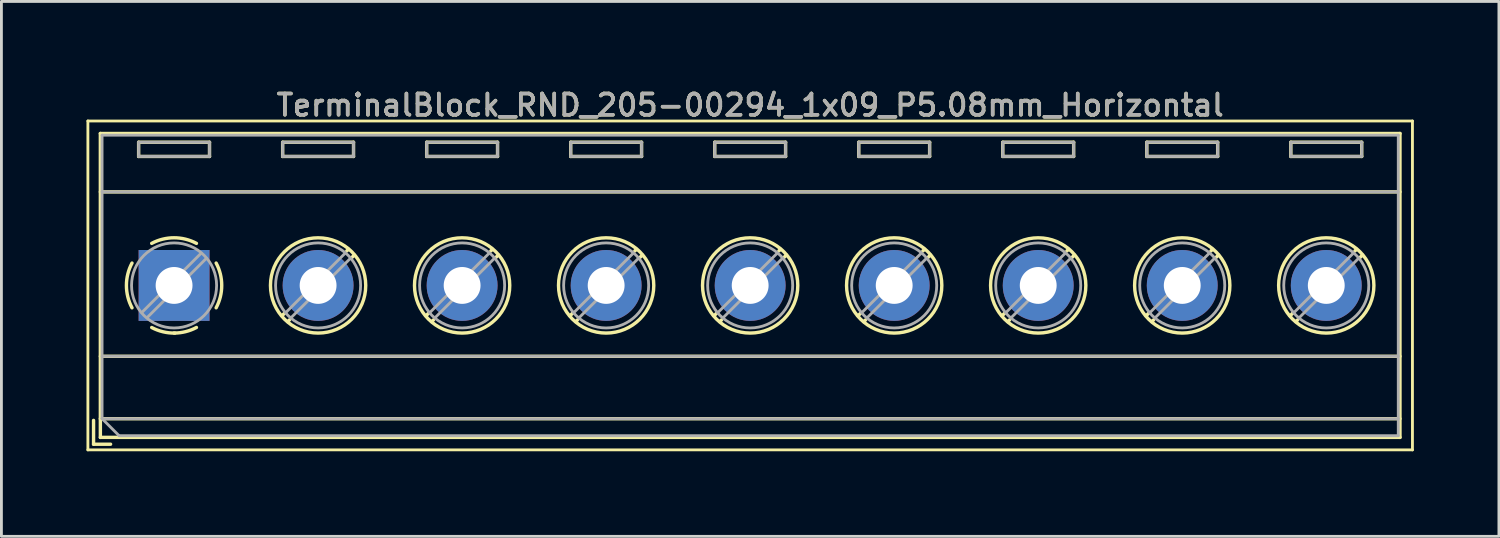
<source format=kicad_pcb>
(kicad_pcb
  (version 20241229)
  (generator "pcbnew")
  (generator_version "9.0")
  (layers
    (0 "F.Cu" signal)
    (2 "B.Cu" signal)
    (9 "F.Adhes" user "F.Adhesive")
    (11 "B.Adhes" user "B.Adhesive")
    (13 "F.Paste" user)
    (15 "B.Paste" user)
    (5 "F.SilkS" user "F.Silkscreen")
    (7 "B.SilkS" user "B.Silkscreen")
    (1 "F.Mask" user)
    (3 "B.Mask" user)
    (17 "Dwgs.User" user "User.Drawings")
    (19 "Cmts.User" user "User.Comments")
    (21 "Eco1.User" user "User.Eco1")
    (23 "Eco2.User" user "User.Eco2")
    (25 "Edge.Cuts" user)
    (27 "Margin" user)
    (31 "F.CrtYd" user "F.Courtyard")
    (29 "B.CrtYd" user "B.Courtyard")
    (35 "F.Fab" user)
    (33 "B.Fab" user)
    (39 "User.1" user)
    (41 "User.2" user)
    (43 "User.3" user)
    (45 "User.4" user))
  (footprint "TerminalBlock_RND_205-00294_1x09_P5.08mm_Horizontal"
    (layer "F.Cu")
    (at 3.09 7.018)
    (property "Reference" "TerminalBlock_RND_205-00294_1x09_P5.08mm_Horizontal" (at 20.32 -6.36 0) (layer "F.SilkS") (effects (font (size 0.75 0.75) (thickness 0.125))))
    (attr through_hole)
    (fp_line (start -3.04 -5.8) (end -3.04 5.8) (stroke (width 0.1) (type solid)) (layer "F.SilkS"))
    (fp_line (start -3.04 5.8) (end 43.68 5.8) (stroke (width 0.1) (type solid)) (layer "F.SilkS"))
    (fp_line (start -2.84 4.76) (end -2.84 5.6) (stroke (width 0.12) (type solid)) (layer "F.SilkS"))
    (fp_line (start -2.84 5.6) (end -2.24 5.6) (stroke (width 0.12) (type solid)) (layer "F.SilkS"))
    (fp_line (start -2.6 -5.36) (end -2.6 5.36) (stroke (width 0.12) (type solid)) (layer "F.SilkS"))
    (fp_line (start -2.6 -5.36) (end 43.24 -5.36) (stroke (width 0.12) (type solid)) (layer "F.SilkS"))
    (fp_line (start -2.6 -3.3) (end 43.24 -3.3) (stroke (width 0.12) (type solid)) (layer "F.SilkS"))
    (fp_line (start -2.6 2.5) (end 43.24 2.5) (stroke (width 0.12) (type solid)) (layer "F.SilkS"))
    (fp_line (start -2.6 4.7) (end 43.24 4.7) (stroke (width 0.12) (type solid)) (layer "F.SilkS"))
    (fp_line (start -2.6 5.36) (end 43.24 5.36) (stroke (width 0.12) (type solid)) (layer "F.SilkS"))
    (fp_line (start -1.25 -5.05) (end -1.25 -4.55) (stroke (width 0.12) (type solid)) (layer "F.SilkS"))
    (fp_line (start -1.25 -5.05) (end 1.25 -5.05) (stroke (width 0.12) (type solid)) (layer "F.SilkS"))
    (fp_line (start -1.25 -4.55) (end 1.25 -4.55) (stroke (width 0.12) (type solid)) (layer "F.SilkS"))
    (fp_line (start 1.25 -5.05) (end 1.25 -4.55) (stroke (width 0.12) (type solid)) (layer "F.SilkS"))
    (fp_line (start 3.83 -5.05) (end 3.83 -4.55) (stroke (width 0.12) (type solid)) (layer "F.SilkS"))
    (fp_line (start 3.83 -5.05) (end 6.33 -5.05) (stroke (width 0.12) (type solid)) (layer "F.SilkS"))
    (fp_line (start 3.83 -4.55) (end 6.33 -4.55) (stroke (width 0.12) (type solid)) (layer "F.SilkS"))
    (fp_line (start 3.9 0.976) (end 3.806 1.069) (stroke (width 0.12) (type solid)) (layer "F.SilkS"))
    (fp_line (start 4.07 1.216) (end 4.011 1.274) (stroke (width 0.12) (type solid)) (layer "F.SilkS"))
    (fp_line (start 6.15 -1.275) (end 6.091 -1.216) (stroke (width 0.12) (type solid)) (layer "F.SilkS"))
    (fp_line (start 6.33 -5.05) (end 6.33 -4.55) (stroke (width 0.12) (type solid)) (layer "F.SilkS"))
    (fp_line (start 6.355 -1.069) (end 6.261 -0.976) (stroke (width 0.12) (type solid)) (layer "F.SilkS"))
    (fp_line (start 8.91 -5.05) (end 8.91 -4.55) (stroke (width 0.12) (type solid)) (layer "F.SilkS"))
    (fp_line (start 8.91 -5.05) (end 11.41 -5.05) (stroke (width 0.12) (type solid)) (layer "F.SilkS"))
    (fp_line (start 8.91 -4.55) (end 11.41 -4.55) (stroke (width 0.12) (type solid)) (layer "F.SilkS"))
    (fp_line (start 8.98 0.976) (end 8.886 1.069) (stroke (width 0.12) (type solid)) (layer "F.SilkS"))
    (fp_line (start 9.15 1.216) (end 9.091 1.274) (stroke (width 0.12) (type solid)) (layer "F.SilkS"))
    (fp_line (start 11.23 -1.275) (end 11.171 -1.216) (stroke (width 0.12) (type solid)) (layer "F.SilkS"))
    (fp_line (start 11.41 -5.05) (end 11.41 -4.55) (stroke (width 0.12) (type solid)) (layer "F.SilkS"))
    (fp_line (start 11.435 -1.069) (end 11.341 -0.976) (stroke (width 0.12) (type solid)) (layer "F.SilkS"))
    (fp_line (start 13.99 -5.05) (end 13.99 -4.55) (stroke (width 0.12) (type solid)) (layer "F.SilkS"))
    (fp_line (start 13.99 -5.05) (end 16.49 -5.05) (stroke (width 0.12) (type solid)) (layer "F.SilkS"))
    (fp_line (start 13.99 -4.55) (end 16.49 -4.55) (stroke (width 0.12) (type solid)) (layer "F.SilkS"))
    (fp_line (start 14.06 0.976) (end 13.966 1.069) (stroke (width 0.12) (type solid)) (layer "F.SilkS"))
    (fp_line (start 14.23 1.216) (end 14.171 1.274) (stroke (width 0.12) (type solid)) (layer "F.SilkS"))
    (fp_line (start 16.31 -1.275) (end 16.251 -1.216) (stroke (width 0.12) (type solid)) (layer "F.SilkS"))
    (fp_line (start 16.49 -5.05) (end 16.49 -4.55) (stroke (width 0.12) (type solid)) (layer "F.SilkS"))
    (fp_line (start 16.515 -1.069) (end 16.421 -0.976) (stroke (width 0.12) (type solid)) (layer "F.SilkS"))
    (fp_line (start 19.07 -5.05) (end 19.07 -4.55) (stroke (width 0.12) (type solid)) (layer "F.SilkS"))
    (fp_line (start 19.07 -5.05) (end 21.57 -5.05) (stroke (width 0.12) (type solid)) (layer "F.SilkS"))
    (fp_line (start 19.07 -4.55) (end 21.57 -4.55) (stroke (width 0.12) (type solid)) (layer "F.SilkS"))
    (fp_line (start 19.14 0.976) (end 19.046 1.069) (stroke (width 0.12) (type solid)) (layer "F.SilkS"))
    (fp_line (start 19.31 1.216) (end 19.251 1.274) (stroke (width 0.12) (type solid)) (layer "F.SilkS"))
    (fp_line (start 21.39 -1.275) (end 21.331 -1.216) (stroke (width 0.12) (type solid)) (layer "F.SilkS"))
    (fp_line (start 21.57 -5.05) (end 21.57 -4.55) (stroke (width 0.12) (type solid)) (layer "F.SilkS"))
    (fp_line (start 21.595 -1.069) (end 21.501 -0.976) (stroke (width 0.12) (type solid)) (layer "F.SilkS"))
    (fp_line (start 24.15 -5.05) (end 24.15 -4.55) (stroke (width 0.12) (type solid)) (layer "F.SilkS"))
    (fp_line (start 24.15 -5.05) (end 26.65 -5.05) (stroke (width 0.12) (type solid)) (layer "F.SilkS"))
    (fp_line (start 24.15 -4.55) (end 26.65 -4.55) (stroke (width 0.12) (type solid)) (layer "F.SilkS"))
    (fp_line (start 24.22 0.976) (end 24.126 1.069) (stroke (width 0.12) (type solid)) (layer "F.SilkS"))
    (fp_line (start 24.39 1.216) (end 24.331 1.274) (stroke (width 0.12) (type solid)) (layer "F.SilkS"))
    (fp_line (start 26.47 -1.275) (end 26.411 -1.216) (stroke (width 0.12) (type solid)) (layer "F.SilkS"))
    (fp_line (start 26.65 -5.05) (end 26.65 -4.55) (stroke (width 0.12) (type solid)) (layer "F.SilkS"))
    (fp_line (start 26.675 -1.069) (end 26.581 -0.976) (stroke (width 0.12) (type solid)) (layer "F.SilkS"))
    (fp_line (start 29.23 -5.05) (end 29.23 -4.55) (stroke (width 0.12) (type solid)) (layer "F.SilkS"))
    (fp_line (start 29.23 -5.05) (end 31.73 -5.05) (stroke (width 0.12) (type solid)) (layer "F.SilkS"))
    (fp_line (start 29.23 -4.55) (end 31.73 -4.55) (stroke (width 0.12) (type solid)) (layer "F.SilkS"))
    (fp_line (start 29.3 0.976) (end 29.206 1.069) (stroke (width 0.12) (type solid)) (layer "F.SilkS"))
    (fp_line (start 29.47 1.216) (end 29.411 1.274) (stroke (width 0.12) (type solid)) (layer "F.SilkS"))
    (fp_line (start 31.55 -1.275) (end 31.491 -1.216) (stroke (width 0.12) (type solid)) (layer "F.SilkS"))
    (fp_line (start 31.73 -5.05) (end 31.73 -4.55) (stroke (width 0.12) (type solid)) (layer "F.SilkS"))
    (fp_line (start 31.755 -1.069) (end 31.661 -0.976) (stroke (width 0.12) (type solid)) (layer "F.SilkS"))
    (fp_line (start 34.31 -5.05) (end 34.31 -4.55) (stroke (width 0.12) (type solid)) (layer "F.SilkS"))
    (fp_line (start 34.31 -5.05) (end 36.81 -5.05) (stroke (width 0.12) (type solid)) (layer "F.SilkS"))
    (fp_line (start 34.31 -4.55) (end 36.81 -4.55) (stroke (width 0.12) (type solid)) (layer "F.SilkS"))
    (fp_line (start 34.38 0.976) (end 34.286 1.069) (stroke (width 0.12) (type solid)) (layer "F.SilkS"))
    (fp_line (start 34.55 1.216) (end 34.491 1.274) (stroke (width 0.12) (type solid)) (layer "F.SilkS"))
    (fp_line (start 36.63 -1.275) (end 36.571 -1.216) (stroke (width 0.12) (type solid)) (layer "F.SilkS"))
    (fp_line (start 36.81 -5.05) (end 36.81 -4.55) (stroke (width 0.12) (type solid)) (layer "F.SilkS"))
    (fp_line (start 36.835 -1.069) (end 36.741 -0.976) (stroke (width 0.12) (type solid)) (layer "F.SilkS"))
    (fp_line (start 39.39 -5.05) (end 39.39 -4.55) (stroke (width 0.12) (type solid)) (layer "F.SilkS"))
    (fp_line (start 39.39 -5.05) (end 41.89 -5.05) (stroke (width 0.12) (type solid)) (layer "F.SilkS"))
    (fp_line (start 39.39 -4.55) (end 41.89 -4.55) (stroke (width 0.12) (type solid)) (layer "F.SilkS"))
    (fp_line (start 39.46 0.976) (end 39.366 1.069) (stroke (width 0.12) (type solid)) (layer "F.SilkS"))
    (fp_line (start 39.63 1.216) (end 39.571 1.274) (stroke (width 0.12) (type solid)) (layer "F.SilkS"))
    (fp_line (start 41.71 -1.275) (end 41.651 -1.216) (stroke (width 0.12) (type solid)) (layer "F.SilkS"))
    (fp_line (start 41.89 -5.05) (end 41.89 -4.55) (stroke (width 0.12) (type solid)) (layer "F.SilkS"))
    (fp_line (start 41.915 -1.069) (end 41.821 -0.976) (stroke (width 0.12) (type solid)) (layer "F.SilkS"))
    (fp_line (start 43.24 -5.36) (end 43.24 5.36) (stroke (width 0.12) (type solid)) (layer "F.SilkS"))
    (fp_line (start 43.68 -5.8) (end -3.04 -5.8) (stroke (width 0.1) (type solid)) (layer "F.SilkS"))
    (fp_line (start 43.68 5.8) (end 43.68 -5.8) (stroke (width 0.1) (type solid)) (layer "F.SilkS"))
    (fp_arc (start -1.483953 0.789089) (mid -1.680708 0.00005) (end -1.484 -0.789) (stroke (width 0.12) (type solid)) (layer "F.SilkS"))
    (fp_arc (start -0.789089 -1.483953) (mid -0.00005 -1.680708) (end 0.789 -1.484) (stroke (width 0.12) (type solid)) (layer "F.SilkS"))
    (fp_arc (start 0.029383 1.68045) (mid -0.392304 1.634281) (end -0.789 1.484) (stroke (width 0.12) (type solid)) (layer "F.SilkS"))
    (fp_arc (start 0.788712 1.483352) (mid 0.406429 1.630097) (end 0 1.68) (stroke (width 0.12) (type solid)) (layer "F.SilkS"))
    (fp_arc (start 1.483953 -0.789089) (mid 1.680708 -0.00005) (end 1.484 0.789) (stroke (width 0.12) (type solid)) (layer "F.SilkS"))
    (fp_circle (center 5.08 0) (end 6.76 0) (stroke (width 0.12) (type solid)) (fill no) (layer "F.SilkS"))
    (fp_circle (center 10.16 0) (end 11.84 0) (stroke (width 0.12) (type solid)) (fill no) (layer "F.SilkS"))
    (fp_circle (center 15.24 0) (end 16.92 0) (stroke (width 0.12) (type solid)) (fill no) (layer "F.SilkS"))
    (fp_circle (center 20.32 0) (end 22 0) (stroke (width 0.12) (type solid)) (fill no) (layer "F.SilkS"))
    (fp_circle (center 25.4 0) (end 27.08 0) (stroke (width 0.12) (type solid)) (fill no) (layer "F.SilkS"))
    (fp_circle (center 30.48 0) (end 32.16 0) (stroke (width 0.12) (type solid)) (fill no) (layer "F.SilkS"))
    (fp_circle (center 35.56 0) (end 37.24 0) (stroke (width 0.12) (type solid)) (fill no) (layer "F.SilkS"))
    (fp_circle (center 40.64 0) (end 42.32 0) (stroke (width 0.12) (type solid)) (fill no) (layer "F.SilkS"))
    (fp_line (start -2.54 -5.3) (end 43.18 -5.3) (stroke (width 0.1) (type solid)) (layer "F.Fab"))
    (fp_line (start -2.54 -3.3) (end 43.18 -3.3) (stroke (width 0.1) (type solid)) (layer "F.Fab"))
    (fp_line (start -2.54 2.5) (end 43.18 2.5) (stroke (width 0.1) (type solid)) (layer "F.Fab"))
    (fp_line (start -2.54 4.7) (end -2.54 -5.3) (stroke (width 0.1) (type solid)) (layer "F.Fab"))
    (fp_line (start -2.54 4.7) (end 43.18 4.7) (stroke (width 0.1) (type solid)) (layer "F.Fab"))
    (fp_line (start -1.94 5.3) (end -2.54 4.7) (stroke (width 0.1) (type solid)) (layer "F.Fab"))
    (fp_line (start -1.25 -5.05) (end -1.25 -4.55) (stroke (width 0.1) (type solid)) (layer "F.Fab"))
    (fp_line (start -1.25 -4.55) (end 1.25 -4.55) (stroke (width 0.1) (type solid)) (layer "F.Fab"))
    (fp_line (start 0.955 -1.138) (end -1.138 0.955) (stroke (width 0.1) (type solid)) (layer "F.Fab"))
    (fp_line (start 1.138 -0.955) (end -0.955 1.138) (stroke (width 0.1) (type solid)) (layer "F.Fab"))
    (fp_line (start 1.25 -5.05) (end -1.25 -5.05) (stroke (width 0.1) (type solid)) (layer "F.Fab"))
    (fp_line (start 1.25 -4.55) (end 1.25 -5.05) (stroke (width 0.1) (type solid)) (layer "F.Fab"))
    (fp_line (start 3.83 -5.05) (end 3.83 -4.55) (stroke (width 0.1) (type solid)) (layer "F.Fab"))
    (fp_line (start 3.83 -4.55) (end 6.33 -4.55) (stroke (width 0.1) (type solid)) (layer "F.Fab"))
    (fp_line (start 6.035 -1.138) (end 3.943 0.955) (stroke (width 0.1) (type solid)) (layer "F.Fab"))
    (fp_line (start 6.218 -0.955) (end 4.126 1.138) (stroke (width 0.1) (type solid)) (layer "F.Fab"))
    (fp_line (start 6.33 -5.05) (end 3.83 -5.05) (stroke (width 0.1) (type solid)) (layer "F.Fab"))
    (fp_line (start 6.33 -4.55) (end 6.33 -5.05) (stroke (width 0.1) (type solid)) (layer "F.Fab"))
    (fp_line (start 8.91 -5.05) (end 8.91 -4.55) (stroke (width 0.1) (type solid)) (layer "F.Fab"))
    (fp_line (start 8.91 -4.55) (end 11.41 -4.55) (stroke (width 0.1) (type solid)) (layer "F.Fab"))
    (fp_line (start 11.115 -1.138) (end 9.023 0.955) (stroke (width 0.1) (type solid)) (layer "F.Fab"))
    (fp_line (start 11.298 -0.955) (end 9.206 1.138) (stroke (width 0.1) (type solid)) (layer "F.Fab"))
    (fp_line (start 11.41 -5.05) (end 8.91 -5.05) (stroke (width 0.1) (type solid)) (layer "F.Fab"))
    (fp_line (start 11.41 -4.55) (end 11.41 -5.05) (stroke (width 0.1) (type solid)) (layer "F.Fab"))
    (fp_line (start 13.99 -5.05) (end 13.99 -4.55) (stroke (width 0.1) (type solid)) (layer "F.Fab"))
    (fp_line (start 13.99 -4.55) (end 16.49 -4.55) (stroke (width 0.1) (type solid)) (layer "F.Fab"))
    (fp_line (start 16.195 -1.138) (end 14.103 0.955) (stroke (width 0.1) (type solid)) (layer "F.Fab"))
    (fp_line (start 16.378 -0.955) (end 14.286 1.138) (stroke (width 0.1) (type solid)) (layer "F.Fab"))
    (fp_line (start 16.49 -5.05) (end 13.99 -5.05) (stroke (width 0.1) (type solid)) (layer "F.Fab"))
    (fp_line (start 16.49 -4.55) (end 16.49 -5.05) (stroke (width 0.1) (type solid)) (layer "F.Fab"))
    (fp_line (start 19.07 -5.05) (end 19.07 -4.55) (stroke (width 0.1) (type solid)) (layer "F.Fab"))
    (fp_line (start 19.07 -4.55) (end 21.57 -4.55) (stroke (width 0.1) (type solid)) (layer "F.Fab"))
    (fp_line (start 21.275 -1.138) (end 19.183 0.955) (stroke (width 0.1) (type solid)) (layer "F.Fab"))
    (fp_line (start 21.458 -0.955) (end 19.366 1.138) (stroke (width 0.1) (type solid)) (layer "F.Fab"))
    (fp_line (start 21.57 -5.05) (end 19.07 -5.05) (stroke (width 0.1) (type solid)) (layer "F.Fab"))
    (fp_line (start 21.57 -4.55) (end 21.57 -5.05) (stroke (width 0.1) (type solid)) (layer "F.Fab"))
    (fp_line (start 24.15 -5.05) (end 24.15 -4.55) (stroke (width 0.1) (type solid)) (layer "F.Fab"))
    (fp_line (start 24.15 -4.55) (end 26.65 -4.55) (stroke (width 0.1) (type solid)) (layer "F.Fab"))
    (fp_line (start 26.355 -1.138) (end 24.263 0.955) (stroke (width 0.1) (type solid)) (layer "F.Fab"))
    (fp_line (start 26.538 -0.955) (end 24.446 1.138) (stroke (width 0.1) (type solid)) (layer "F.Fab"))
    (fp_line (start 26.65 -5.05) (end 24.15 -5.05) (stroke (width 0.1) (type solid)) (layer "F.Fab"))
    (fp_line (start 26.65 -4.55) (end 26.65 -5.05) (stroke (width 0.1) (type solid)) (layer "F.Fab"))
    (fp_line (start 29.23 -5.05) (end 29.23 -4.55) (stroke (width 0.1) (type solid)) (layer "F.Fab"))
    (fp_line (start 29.23 -4.55) (end 31.73 -4.55) (stroke (width 0.1) (type solid)) (layer "F.Fab"))
    (fp_line (start 31.435 -1.138) (end 29.343 0.955) (stroke (width 0.1) (type solid)) (layer "F.Fab"))
    (fp_line (start 31.618 -0.955) (end 29.526 1.138) (stroke (width 0.1) (type solid)) (layer "F.Fab"))
    (fp_line (start 31.73 -5.05) (end 29.23 -5.05) (stroke (width 0.1) (type solid)) (layer "F.Fab"))
    (fp_line (start 31.73 -4.55) (end 31.73 -5.05) (stroke (width 0.1) (type solid)) (layer "F.Fab"))
    (fp_line (start 34.31 -5.05) (end 34.31 -4.55) (stroke (width 0.1) (type solid)) (layer "F.Fab"))
    (fp_line (start 34.31 -4.55) (end 36.81 -4.55) (stroke (width 0.1) (type solid)) (layer "F.Fab"))
    (fp_line (start 36.515 -1.138) (end 34.423 0.955) (stroke (width 0.1) (type solid)) (layer "F.Fab"))
    (fp_line (start 36.698 -0.955) (end 34.606 1.138) (stroke (width 0.1) (type solid)) (layer "F.Fab"))
    (fp_line (start 36.81 -5.05) (end 34.31 -5.05) (stroke (width 0.1) (type solid)) (layer "F.Fab"))
    (fp_line (start 36.81 -4.55) (end 36.81 -5.05) (stroke (width 0.1) (type solid)) (layer "F.Fab"))
    (fp_line (start 39.39 -5.05) (end 39.39 -4.55) (stroke (width 0.1) (type solid)) (layer "F.Fab"))
    (fp_line (start 39.39 -4.55) (end 41.89 -4.55) (stroke (width 0.1) (type solid)) (layer "F.Fab"))
    (fp_line (start 41.595 -1.138) (end 39.503 0.955) (stroke (width 0.1) (type solid)) (layer "F.Fab"))
    (fp_line (start 41.778 -0.955) (end 39.686 1.138) (stroke (width 0.1) (type solid)) (layer "F.Fab"))
    (fp_line (start 41.89 -5.05) (end 39.39 -5.05) (stroke (width 0.1) (type solid)) (layer "F.Fab"))
    (fp_line (start 41.89 -4.55) (end 41.89 -5.05) (stroke (width 0.1) (type solid)) (layer "F.Fab"))
    (fp_line (start 43.18 -5.3) (end 43.18 5.3) (stroke (width 0.1) (type solid)) (layer "F.Fab"))
    (fp_line (start 43.18 5.3) (end -1.94 5.3) (stroke (width 0.1) (type solid)) (layer "F.Fab"))
    (fp_circle (center 0 0) (end 1.5 0) (stroke (width 0.1) (type solid)) (fill no) (layer "F.Fab"))
    (fp_circle (center 5.08 0) (end 6.58 0) (stroke (width 0.1) (type solid)) (fill no) (layer "F.Fab"))
    (fp_circle (center 10.16 0) (end 11.66 0) (stroke (width 0.1) (type solid)) (fill no) (layer "F.Fab"))
    (fp_circle (center 15.24 0) (end 16.74 0) (stroke (width 0.1) (type solid)) (fill no) (layer "F.Fab"))
    (fp_circle (center 20.32 0) (end 21.82 0) (stroke (width 0.1) (type solid)) (fill no) (layer "F.Fab"))
    (fp_circle (center 25.4 0) (end 26.9 0) (stroke (width 0.1) (type solid)) (fill no) (layer "F.Fab"))
    (fp_circle (center 30.48 0) (end 31.98 0) (stroke (width 0.1) (type solid)) (fill no) (layer "F.Fab"))
    (fp_circle (center 35.56 0) (end 37.06 0) (stroke (width 0.1) (type solid)) (fill no) (layer "F.Fab"))
    (fp_circle (center 40.64 0) (end 42.14 0) (stroke (width 0.1) (type solid)) (fill no) (layer "F.Fab"))
    (fp_text user "${REFERENCE}" (at 20.32 -6.36 0) (layer "F.Fab") (effects (font (size 0.75 0.75) (thickness 0.125))))
    (pad "1" thru_hole rect (at 0 0) (size 2.5 2.5) (drill 1.3) (layers "*.Cu" "*.Mask"))
    (pad "2" thru_hole circle (at 5.08 0) (size 2.5 2.5) (drill 1.3) (layers "*.Cu" "*.Mask"))
    (pad "3" thru_hole circle (at 10.16 0) (size 2.5 2.5) (drill 1.3) (layers "*.Cu" "*.Mask"))
    (pad "4" thru_hole circle (at 15.24 0) (size 2.5 2.5) (drill 1.3) (layers "*.Cu" "*.Mask"))
    (pad "5" thru_hole circle (at 20.32 0) (size 2.5 2.5) (drill 1.3) (layers "*.Cu" "*.Mask"))
    (pad "6" thru_hole circle (at 25.4 0) (size 2.5 2.5) (drill 1.3) (layers "*.Cu" "*.Mask"))
    (pad "7" thru_hole circle (at 30.48 0) (size 2.5 2.5) (drill 1.3) (layers "*.Cu" "*.Mask"))
    (pad "8" thru_hole circle (at 35.56 0) (size 2.5 2.5) (drill 1.3) (layers "*.Cu" "*.Mask"))
    (pad "9" thru_hole circle (at 40.64 0) (size 2.5 2.5) (drill 1.3) (layers "*.Cu" "*.Mask")))
  (gr_rect
    (start -3 -3)
    (end 49.82 15.868)
    (stroke (width 0.1) (type default))
    (fill no)
    (layer "Edge.Cuts")))
</source>
